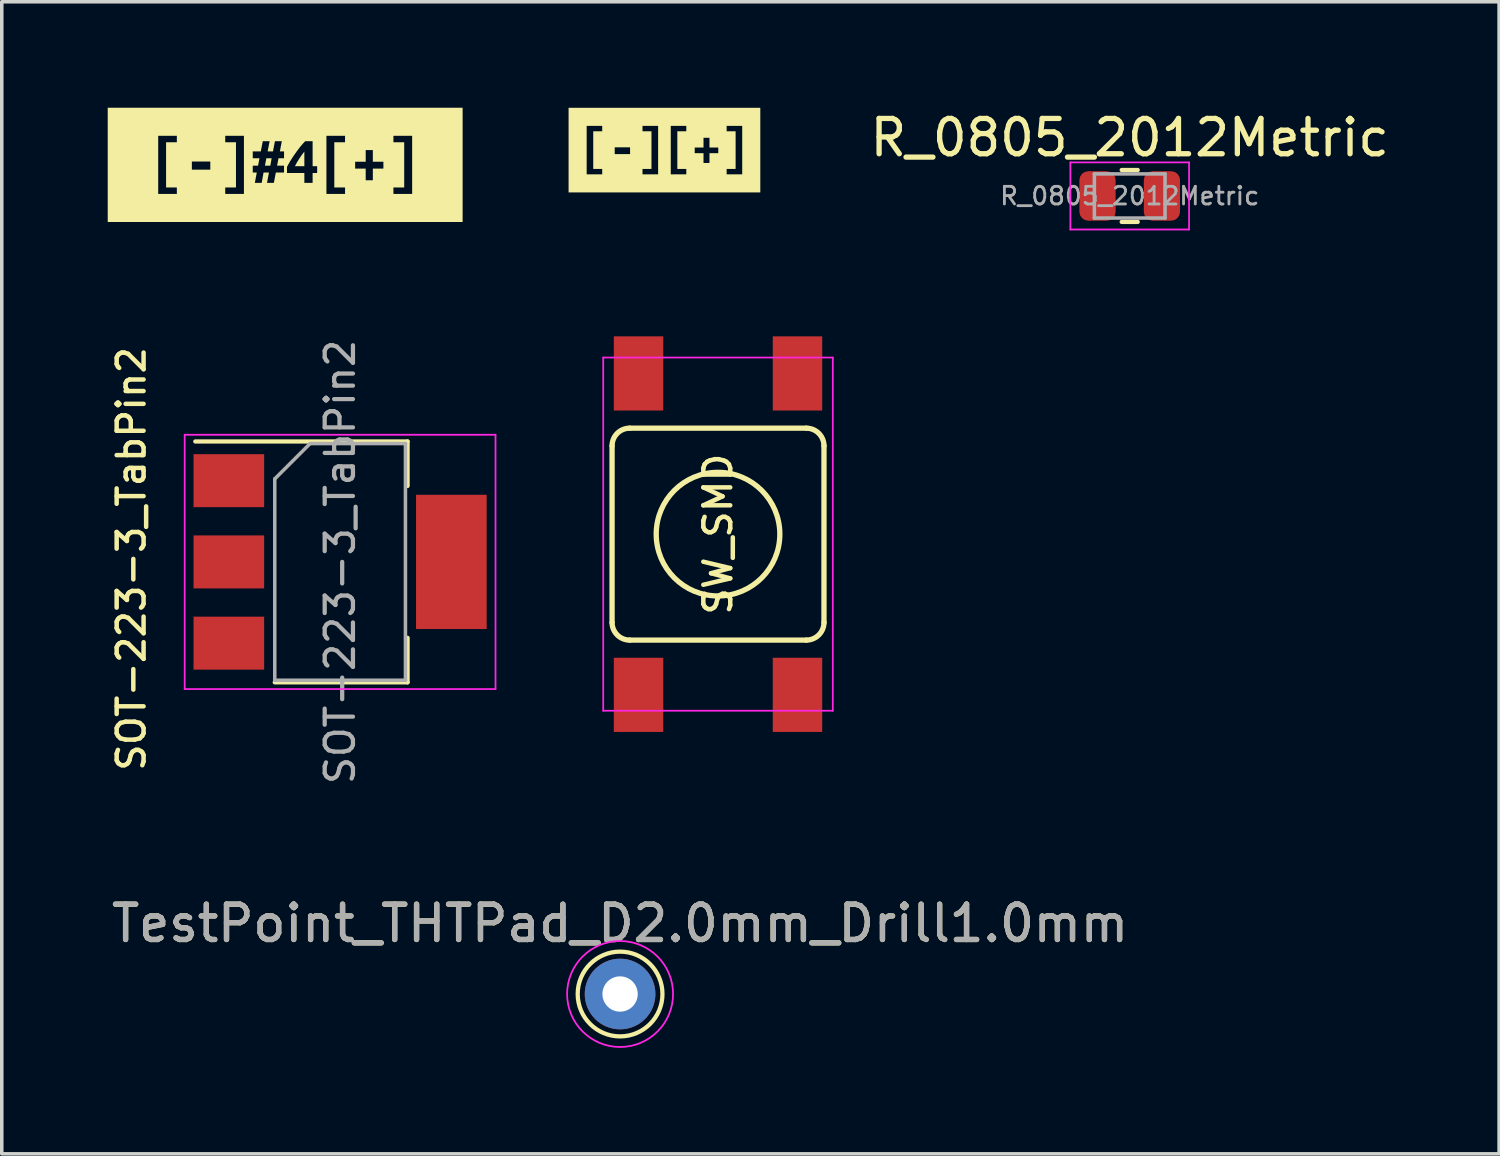
<source format=kicad_pcb>
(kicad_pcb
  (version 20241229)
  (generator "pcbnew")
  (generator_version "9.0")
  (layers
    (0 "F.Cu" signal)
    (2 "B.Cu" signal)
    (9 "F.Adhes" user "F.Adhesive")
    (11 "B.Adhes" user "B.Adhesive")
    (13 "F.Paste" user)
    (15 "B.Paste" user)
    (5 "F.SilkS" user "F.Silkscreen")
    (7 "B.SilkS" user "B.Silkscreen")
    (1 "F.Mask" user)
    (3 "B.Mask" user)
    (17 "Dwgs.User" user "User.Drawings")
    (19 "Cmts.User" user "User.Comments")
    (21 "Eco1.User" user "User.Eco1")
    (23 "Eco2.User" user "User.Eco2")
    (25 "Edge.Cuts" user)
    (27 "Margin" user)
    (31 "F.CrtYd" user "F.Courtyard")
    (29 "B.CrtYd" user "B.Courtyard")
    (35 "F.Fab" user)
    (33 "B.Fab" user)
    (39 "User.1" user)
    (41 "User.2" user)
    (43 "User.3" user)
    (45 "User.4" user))
  (footprint "label_out4"
    (layer "F.Cu")
    (at 5.024 1.618)
    (property "Reference" "label_out4" (at 0 -1.617 0) (layer "F.SilkS") (effects (font (size 0.001 0.001) (thickness 0.000003))))
    (attr exclude_from_pos_files exclude_from_bom)
    (fp_poly (pts (xy -0.573 0.023) (xy -0.421 0.023) (xy -0.383 -0.187) (xy -0.533 -0.187) (xy -0.573 0.023)) (stroke (width 0) (type solid)) (fill yes) (layer "F.SilkS"))
    (fp_poly (pts (xy 0.543 -0.377) (xy 0.472 -0.284) (xy 0.401 -0.18) (xy 0.333 -0.07) (xy 0.276 0.038) (xy 0.543 0.038) (xy 0.543 -0.377)) (stroke (width 0) (type solid)) (fill yes) (layer "F.SilkS"))
    (fp_poly (pts (xy -4.511 -1.617) (xy -3.595 -0.823) (xy -3.067 -0.823) (xy -3.067 -0.64) (xy -3.372 -0.64) (xy -2.642 -0.095) (xy -2.12 -0.095) (xy -2.12 0.135) (xy -2.642 0.135) (xy -2.642 -0.095) (xy -3.372 -0.64) (xy -3.372 0.64) (xy -3.067 0.64) (xy -3.067 0.823) (xy -3.595 0.823) (xy -3.595 -0.823) (xy -4.511 -1.617) (xy -5.024 -1.617) (xy -5.024 1.617) (xy -1.168 0.823) (xy -1.697 0.823) (xy -1.697 0.64) (xy -1.393 0.64) (xy -1.393 -0.64) (xy -1.697 -0.64) (xy -1.697 -0.823) (xy -1.168 -0.823) (xy -1.168 0.823) (xy -5.024 1.617) (xy -4.511 1.617) (xy 3.595 0.823) (xy 3.065 0.823) (xy 3.065 0.64) (xy 3.37 0.64) (xy 3.37 -0.64) (xy 3.065 -0.64) (xy 3.065 -0.823) (xy 3.595 -0.823) (xy 3.595 0.823) (xy -4.511 1.617) (xy 4.511 1.617) (xy 5.024 1.617) (xy 5.024 -1.617) (xy -0.44 -0.671) (xy -0.497 -0.381) (xy -0.345 -0.381) (xy -0.29 -0.671) (xy 1.168 -0.823) (xy 1.695 -0.823) (xy 1.695 -0.64) (xy 1.391 -0.64) (xy 1.981 -0.088) (xy 2.28 -0.088) (xy 2.28 -0.419) (xy 2.482 -0.419) (xy 2.482 -0.088) (xy 2.781 -0.088) (xy 2.781 0.105) (xy 2.482 0.105) (xy 2.482 0.436) (xy 2.28 0.436) (xy 2.28 0.105) (xy 1.981 0.105) (xy 1.981 -0.088) (xy 1.391 -0.64) (xy 1.391 0.64) (xy 1.695 0.64) (xy 1.695 0.823) (xy 1.168 0.823) (xy 1.168 -0.823) (xy -0.29 -0.671) (xy -0.095 -0.671) (xy 0.491 -0.589) (xy 0.568 -0.671) (xy 0.777 -0.671) (xy 0.777 0.038) (xy 0.905 0.038) (xy 0.905 0.231) (xy 0.777 0.231) (xy 0.777 0.509) (xy 0.543 0.509) (xy 0.543 0.231) (xy 0.051 0.231) (xy 0.051 0.059) (xy 0.093 -0.02) (xy 0.145 -0.11) (xy 0.205 -0.205) (xy 0.271 -0.303) (xy 0.341 -0.401) (xy 0.415 -0.498) (xy 0.491 -0.589) (xy -0.095 -0.671) (xy -0.15 -0.381) (xy -0.032 -0.381) (xy -0.032 -0.187) (xy -0.189 -0.187) (xy -0.229 0.023) (xy -0.032 0.023) (xy -0.032 0.217) (xy -0.265 0.217) (xy -0.32 0.509) (xy -0.514 0.509) (xy -0.459 0.217) (xy -0.612 0.217) (xy -0.665 0.509) (xy -0.859 0.509) (xy -0.804 0.217) (xy -0.918 0.217) (xy -0.918 0.023) (xy -0.768 0.023) (xy -0.728 -0.187) (xy -0.918 -0.187) (xy -0.918 -0.381) (xy -0.69 -0.381) (xy -0.634 -0.671) (xy -0.44 -0.671) (xy 5.024 -1.617) (xy 4.511 -1.617) (xy -4.511 -1.617)) (stroke (width 0) (type solid)) (fill yes) (layer "F.SilkS")))
  (footprint "SW_SMD"
    (layer "F.Cu")
    (at 17.279 12.073)
    (property "Reference" "SW_SMD" (at 0 0 270) (layer "F.SilkS") (effects (font (size 0.762 0.762) (thickness 0.127))))
    (attr smd)
    (fp_line (start -3 2.5) (end -3 -2.5) (stroke (width 0.15) (type solid)) (layer "F.SilkS"))
    (fp_line (start -2.5 -3) (end 2.5 -3) (stroke (width 0.15) (type solid)) (layer "F.SilkS"))
    (fp_line (start 2.5 3) (end -2.5 3) (stroke (width 0.15) (type solid)) (layer "F.SilkS"))
    (fp_line (start 3 -2.5) (end 3 2.5) (stroke (width 0.15) (type solid)) (layer "F.SilkS"))
    (fp_arc (start -3 -2.5) (mid -2.853553 -2.853553) (end -2.5 -3) (stroke (width 0.15) (type solid)) (layer "F.SilkS"))
    (fp_arc (start -2.5 3) (mid -2.853553 2.853553) (end -3 2.5) (stroke (width 0.15) (type solid)) (layer "F.SilkS"))
    (fp_arc (start 2.5 -3) (mid 2.853553 -2.853553) (end 3 -2.5) (stroke (width 0.15) (type solid)) (layer "F.SilkS"))
    (fp_arc (start 3 2.5) (mid 2.853553 2.853553) (end 2.5 3) (stroke (width 0.15) (type solid)) (layer "F.SilkS"))
    (fp_circle (center 0 0) (end -1.75 0) (stroke (width 0.15) (type solid)) (fill no) (layer "F.SilkS"))
    (fp_line (start -3.25 -5) (end -3.25 5) (stroke (width 0.05) (type solid)) (layer "F.CrtYd"))
    (fp_line (start -3.25 5) (end 3.25 5) (stroke (width 0.05) (type solid)) (layer "F.CrtYd"))
    (fp_line (start 3.25 -5) (end -3.25 -5) (stroke (width 0.05) (type solid)) (layer "F.CrtYd"))
    (fp_line (start 3.25 5) (end 3.25 -5) (stroke (width 0.05) (type solid)) (layer "F.CrtYd"))
    (pad "1" smd rect (at -2.25 -4.55 270) (size 2.1 1.4) (layers "F.Cu" "F.Mask" "F.Paste"))
    (pad "2" smd rect (at 2.25 -4.55 270) (size 2.1 1.4) (layers "F.Cu" "F.Mask" "F.Paste"))
    (pad "3" smd rect (at -2.25 4.55 270) (size 2.1 1.4) (layers "F.Cu" "F.Mask" "F.Paste"))
    (pad "4" smd rect (at 2.25 4.55 270) (size 2.1 1.4) (layers "F.Cu" "F.Mask" "F.Paste")))
  (footprint "label_pm"
    (layer "F.Cu")
    (at 15.762 1.2)
    (property "Reference" "label_pm" (at 0 -1.199 0) (layer "F.SilkS") (effects (font (size 0.001 0.001) (thickness 0.000003))))
    (attr exclude_from_pos_files exclude_from_bom)
    (fp_poly (pts (xy -2.202 -1.198) (xy -2.202 -0.686) (xy -1.762 -0.686) (xy -1.762 -0.533) (xy -2.016 -0.533) (xy -1.408 -0.079) (xy -0.973 -0.079) (xy -0.973 0.113) (xy -1.408 0.113) (xy -1.408 -0.079) (xy -2.016 -0.533) (xy -2.016 0.533) (xy -1.762 0.533) (xy -1.762 0.686) (xy -2.202 0.686) (xy -2.202 -0.686) (xy -2.202 -1.198) (xy -2.714 -1.198) (xy -2.714 1.198) (xy -0.179 0.686) (xy -0.621 0.686) (xy -0.621 0.533) (xy -0.367 0.533) (xy -0.367 -0.533) (xy -0.621 -0.533) (xy -0.621 -0.686) (xy -0.179 -0.686) (xy -0.179 0.686) (xy -2.714 1.198) (xy -2.202 1.198) (xy 2.202 1.198) (xy 0.619 0.533) (xy 0.619 0.686) (xy 0.179 0.686) (xy 0.179 -0.686) (xy 0.619 -0.686) (xy 0.619 -0.533) (xy 0.365 -0.533) (xy 0.365 0.533) (xy 0.619 0.533) (xy 2.202 1.198) (xy 2.714 1.198) (xy 2.202 0.686) (xy 1.761 0.686) (xy 1.761 0.533) (xy 2.015 0.533) (xy 2.015 -0.533) (xy 1.761 -0.533) (xy 1.761 -0.686) (xy 2.202 -0.686) (xy 2.202 0.686) (xy 2.714 1.198) (xy 2.714 -1.198) (xy 2.202 -1.198) (xy 1.275 -0.349) (xy 1.275 -0.073) (xy 1.524 -0.073) (xy 1.524 0.087) (xy 1.275 0.087) (xy 1.275 0.364) (xy 1.106 0.364) (xy 1.106 0.087) (xy 0.857 0.087) (xy 0.857 -0.073) (xy 1.106 -0.073) (xy 1.106 -0.349) (xy 1.275 -0.349) (xy 2.202 -1.198) (xy -2.202 -1.198)) (stroke (width 0) (type solid)) (fill yes) (layer "F.SilkS")))
  (footprint "SOT-223-3_TabPin2"
    (layer "F.Cu")
    (at 6.579 12.859)
    (property "Reference" "SOT-223-3_TabPin2" (at -5.91 -0.085 270) (layer "F.SilkS") (effects (font (size 0.762 0.762) (thickness 0.127))))
    (attr smd)
    (fp_line (start -4.1 -3.41) (end 1.91 -3.41) (stroke (width 0.12) (type solid)) (layer "F.SilkS"))
    (fp_line (start -1.85 3.41) (end 1.91 3.41) (stroke (width 0.12) (type solid)) (layer "F.SilkS"))
    (fp_line (start 1.91 -3.41) (end 1.91 -2.15) (stroke (width 0.12) (type solid)) (layer "F.SilkS"))
    (fp_line (start 1.91 3.41) (end 1.91 2.15) (stroke (width 0.12) (type solid)) (layer "F.SilkS"))
    (fp_line (start -4.4 -3.6) (end -4.4 3.6) (stroke (width 0.05) (type solid)) (layer "F.CrtYd"))
    (fp_line (start -4.4 3.6) (end 4.4 3.6) (stroke (width 0.05) (type solid)) (layer "F.CrtYd"))
    (fp_line (start 4.4 -3.6) (end -4.4 -3.6) (stroke (width 0.05) (type solid)) (layer "F.CrtYd"))
    (fp_line (start 4.4 3.6) (end 4.4 -3.6) (stroke (width 0.05) (type solid)) (layer "F.CrtYd"))
    (fp_line (start -1.85 -2.35) (end -1.85 3.35) (stroke (width 0.1) (type solid)) (layer "F.Fab"))
    (fp_line (start -1.85 -2.35) (end -0.85 -3.35) (stroke (width 0.1) (type solid)) (layer "F.Fab"))
    (fp_line (start -1.85 3.35) (end 1.85 3.35) (stroke (width 0.1) (type solid)) (layer "F.Fab"))
    (fp_line (start -0.85 -3.35) (end 1.85 -3.35) (stroke (width 0.1) (type solid)) (layer "F.Fab"))
    (fp_line (start 1.85 -3.35) (end 1.85 3.35) (stroke (width 0.1) (type solid)) (layer "F.Fab"))
    (fp_text user "${REFERENCE}" (at 0 0 90) (layer "F.Fab") (effects (font (size 0.8 0.8) (thickness 0.12))))
    (pad "1" smd rect (at -3.15 -2.3) (size 2 1.5) (layers "F.Cu" "F.Mask" "F.Paste"))
    (pad "2" smd rect (at -3.15 0) (size 2 1.5) (layers "F.Cu" "F.Mask" "F.Paste"))
    (pad "2" smd rect (at 3.15 0) (size 2 3.8) (layers "F.Cu" "F.Mask" "F.Paste"))
    (pad "3" smd rect (at -3.15 2.3) (size 2 1.5) (layers "F.Cu" "F.Mask" "F.Paste")))
  (footprint "R_0805_2012Metric"
    (layer "F.Cu")
    (at 28.935 2.498)
    (property "Reference" "R_0805_2012Metric" (at 0 -1.65 0) (layer "F.SilkS") (effects (font (size 1 1) (thickness 0.15))))
    (attr smd)
    (fp_line (start -0.227 -0.735) (end 0.227 -0.735) (stroke (width 0.12) (type solid)) (layer "F.SilkS"))
    (fp_line (start -0.227 0.735) (end 0.227 0.735) (stroke (width 0.12) (type solid)) (layer "F.SilkS"))
    (fp_line (start -1.68 -0.95) (end 1.68 -0.95) (stroke (width 0.05) (type solid)) (layer "F.CrtYd"))
    (fp_line (start -1.68 0.95) (end -1.68 -0.95) (stroke (width 0.05) (type solid)) (layer "F.CrtYd"))
    (fp_line (start 1.68 -0.95) (end 1.68 0.95) (stroke (width 0.05) (type solid)) (layer "F.CrtYd"))
    (fp_line (start 1.68 0.95) (end -1.68 0.95) (stroke (width 0.05) (type solid)) (layer "F.CrtYd"))
    (fp_line (start -1 -0.625) (end 1 -0.625) (stroke (width 0.1) (type solid)) (layer "F.Fab"))
    (fp_line (start -1 0.625) (end -1 -0.625) (stroke (width 0.1) (type solid)) (layer "F.Fab"))
    (fp_line (start 1 -0.625) (end 1 0.625) (stroke (width 0.1) (type solid)) (layer "F.Fab"))
    (fp_line (start 1 0.625) (end -1 0.625) (stroke (width 0.1) (type solid)) (layer "F.Fab"))
    (fp_text user "${REFERENCE}" (at 0 0 0) (layer "F.Fab") (effects (font (size 0.5 0.5) (thickness 0.08))))
    (pad "1" smd roundrect (at -0.912 0) (size 1.025 1.4) (layers "F.Cu" "F.Mask" "F.Paste") (roundrect_rratio 0.244))
    (pad "2" smd roundrect (at 0.912 0) (size 1.025 1.4) (layers "F.Cu" "F.Mask" "F.Paste") (roundrect_rratio 0.244)))
  (footprint "TestPoint_THTPad_D2.0mm_Drill1.0mm"
    (layer "F.Cu")
    (at 14.506 25.093)
    (property "Reference" "TestPoint_THTPad_D2.0mm_Drill1.0mm" (at 0 -1.998 0) (layer "F.SilkS") (effects (font (size 1 1) (thickness 0.15))))
    (attr exclude_from_pos_files exclude_from_bom)
    (fp_circle (center 0 0) (end 0 1.2) (stroke (width 0.12) (type solid)) (fill no) (layer "F.SilkS"))
    (fp_circle (center 0 0) (end 1.5 0) (stroke (width 0.05) (type solid)) (fill no) (layer "F.CrtYd"))
    (fp_text user "${REFERENCE}" (at 0 -2 0) (layer "F.Fab") (effects (font (size 1 1) (thickness 0.15))))
    (pad "1" thru_hole circle (at 0 0) (size 2 2) (drill 1) (layers "*.Cu" "*.Mask")))
  (gr_rect
    (start -3 -3)
    (end 39.393 29.618)
    (stroke (width 0.1) (type default))
    (fill no)
    (layer "Edge.Cuts")))
</source>
